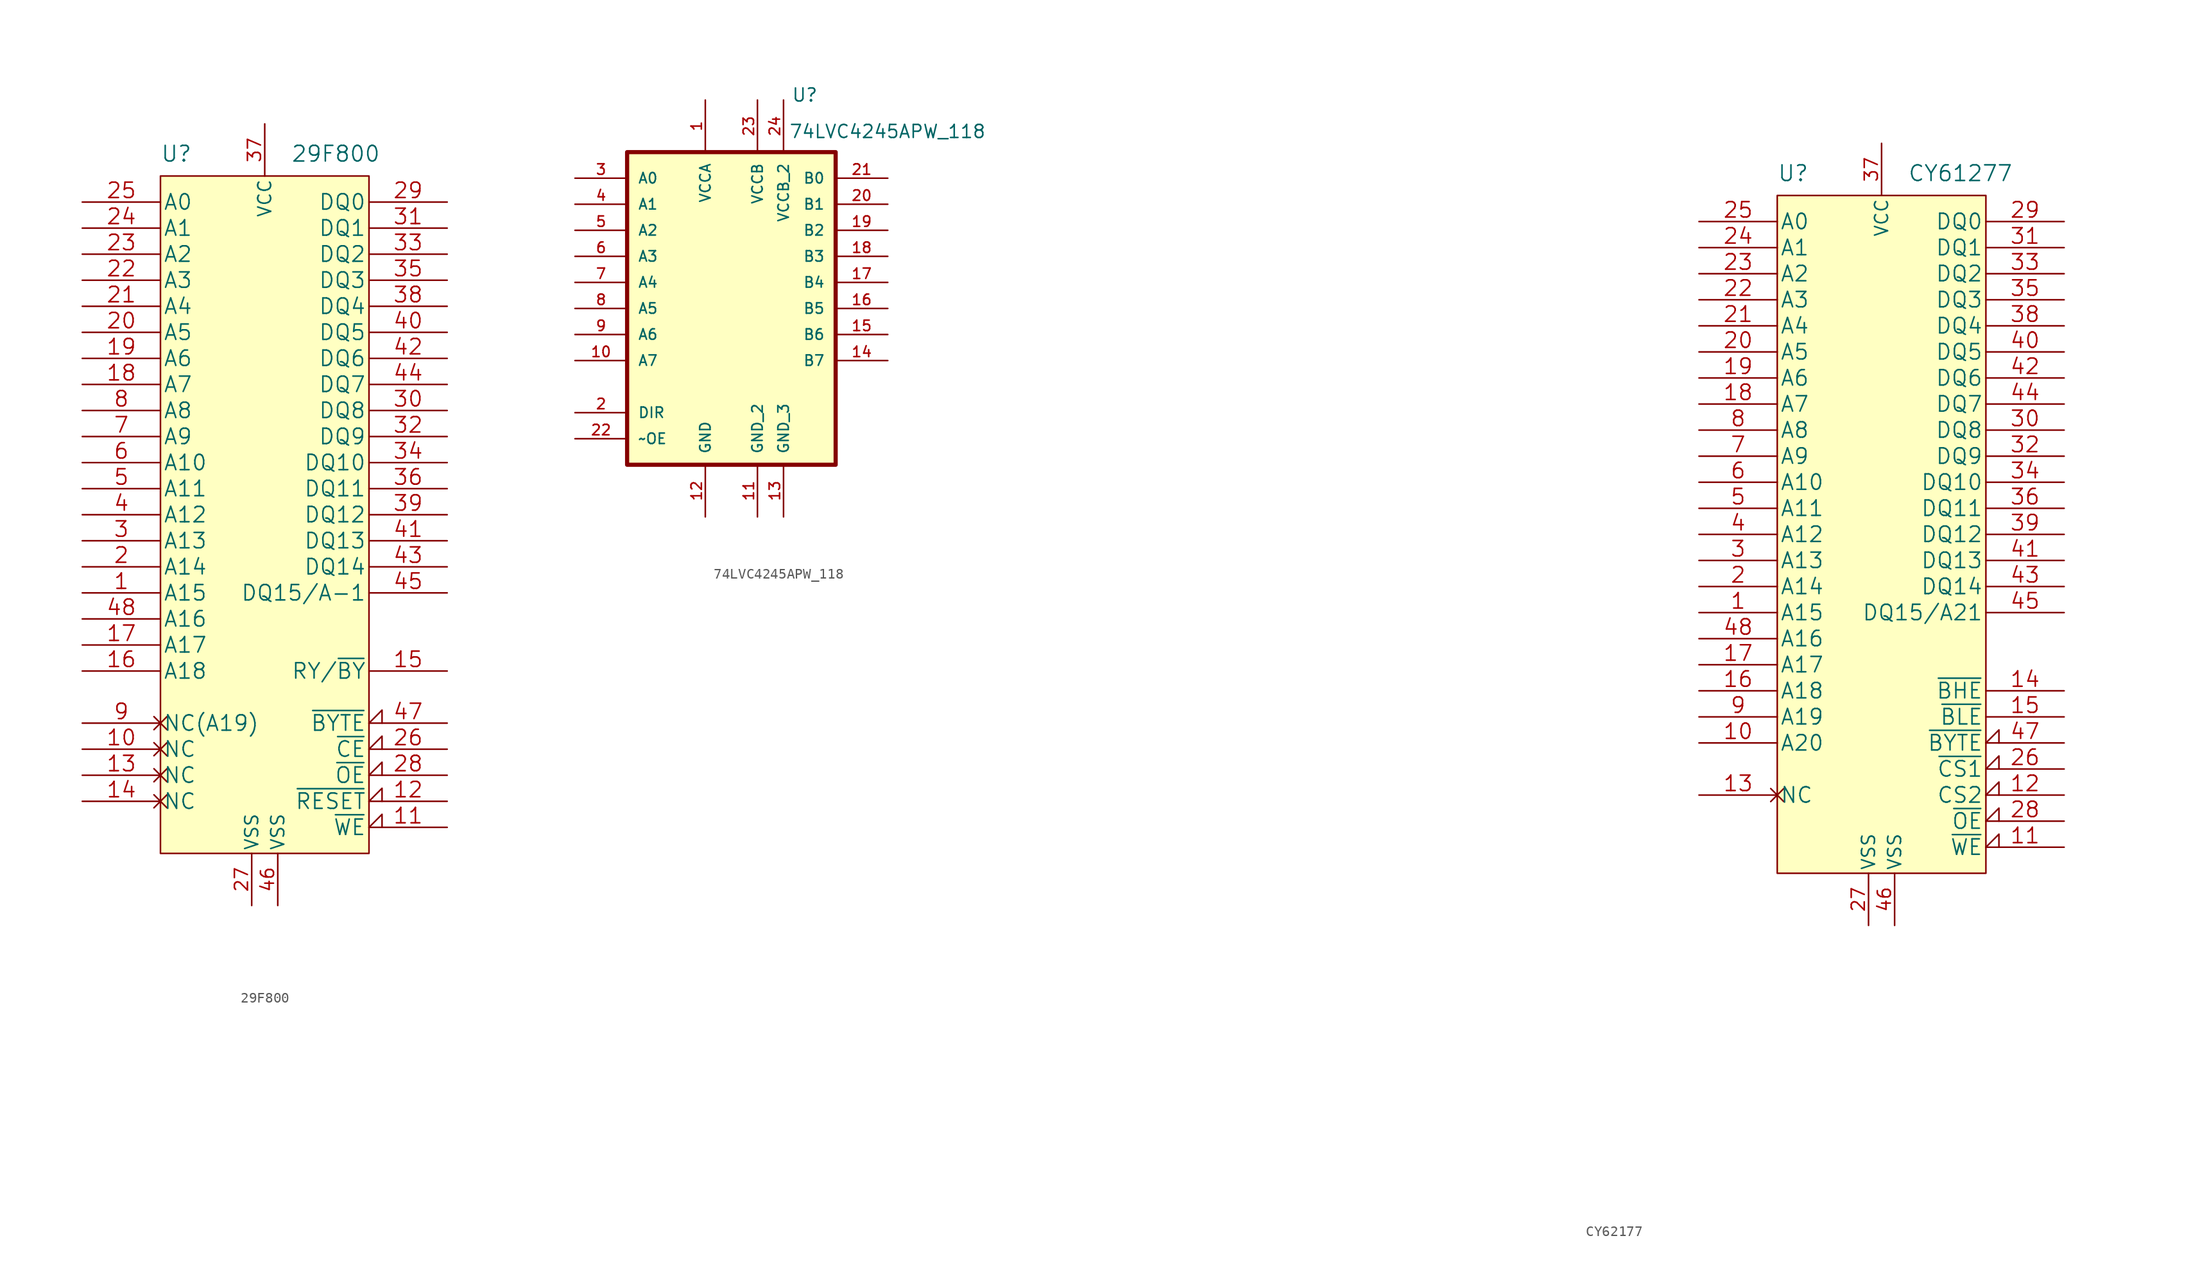
<source format=kicad_sym>
(kicad_symbol_lib
  (version 20220914)
  (generator kicad_symbol_editor)
  (symbol "29F800"
    (pin_names
      (offset 0.254))
    (property "Reference" "U"
      (at -10.16 3.81 0)
      (effects (font (size 1.524 1.524)) (justify left bottom)))
    (property "Value" "29F800"
      (at 2.54 3.81 0)
      (effects (font (size 1.524 1.524)) (justify left bottom)))
    (symbol "29F800_1_0"
      (pin power_in line (at -1.27 -68.58 90) (length 5.08) (name "VSS" (effects (font (size 1.27 1.27)))) (number "27" (effects (font (size 1.27 1.27)))))
      (pin power_in line (at 0 7.62 270) (length 5.08) (name "VCC" (effects (font (size 1.27 1.27)))) (number "37" (effects (font (size 1.27 1.27)))))
      (pin power_in line (at 1.27 -68.58 90) (length 5.08) (name "VSS" (effects (font (size 1.27 1.27)))) (number "46" (effects (font (size 1.27 1.27))))))
    (symbol "29F800_1_1"
      (rectangle (start -10.16 2.54) (end 10.16 -63.5) (stroke (width 0) (type default)) (fill (type background)))
      (pin input line (at -17.78 -38.1 0) (length 7.62) (name "A15" (effects (font (size 1.499 1.499)))) (number "1" (effects (font (size 1.499 1.499)))))
      (pin passive non_logic (at -17.78 -53.34 0) (length 7.62) (name "NC" (effects (font (size 1.499 1.499)))) (number "10" (effects (font (size 1.499 1.499)))))
      (pin input input_low (at 17.78 -60.96 180) (length 7.62) (name "~{WE}" (effects (font (size 1.499 1.499)))) (number "11" (effects (font (size 1.499 1.499)))))
      (pin input input_low (at 17.78 -58.42 180) (length 7.62) (name "~{RESET}" (effects (font (size 1.499 1.499)))) (number "12" (effects (font (size 1.499 1.499)))))
      (pin passive non_logic (at -17.78 -55.88 0) (length 7.62) (name "NC" (effects (font (size 1.499 1.499)))) (number "13" (effects (font (size 1.499 1.499)))))
      (pin passive non_logic (at -17.78 -58.42 0) (length 7.62) (name "NC" (effects (font (size 1.499 1.499)))) (number "14" (effects (font (size 1.499 1.499)))))
      (pin output line (at 17.78 -45.72 180) (length 7.62) (name "RY/~{BY}" (effects (font (size 1.499 1.499)))) (number "15" (effects (font (size 1.499 1.499)))))
      (pin input line (at -17.78 -45.72 0) (length 7.62) (name "A18" (effects (font (size 1.499 1.499)))) (number "16" (effects (font (size 1.499 1.499)))))
      (pin input line (at -17.78 -43.18 0) (length 7.62) (name "A17" (effects (font (size 1.499 1.499)))) (number "17" (effects (font (size 1.499 1.499)))))
      (pin input line (at -17.78 -17.78 0) (length 7.62) (name "A7" (effects (font (size 1.499 1.499)))) (number "18" (effects (font (size 1.499 1.499)))))
      (pin input line (at -17.78 -15.24 0) (length 7.62) (name "A6" (effects (font (size 1.499 1.499)))) (number "19" (effects (font (size 1.499 1.499)))))
      (pin input line (at -17.78 -35.56 0) (length 7.62) (name "A14" (effects (font (size 1.499 1.499)))) (number "2" (effects (font (size 1.499 1.499)))))
      (pin input line (at -17.78 -12.7 0) (length 7.62) (name "A5" (effects (font (size 1.499 1.499)))) (number "20" (effects (font (size 1.499 1.499)))))
      (pin input line (at -17.78 -10.16 0) (length 7.62) (name "A4" (effects (font (size 1.499 1.499)))) (number "21" (effects (font (size 1.499 1.499)))))
      (pin input line (at -17.78 -7.62 0) (length 7.62) (name "A3" (effects (font (size 1.499 1.499)))) (number "22" (effects (font (size 1.499 1.499)))))
      (pin input line (at -17.78 -5.08 0) (length 7.62) (name "A2" (effects (font (size 1.499 1.499)))) (number "23" (effects (font (size 1.499 1.499)))))
      (pin input line (at -17.78 -2.54 0) (length 7.62) (name "A1" (effects (font (size 1.499 1.499)))) (number "24" (effects (font (size 1.499 1.499)))))
      (pin input line (at -17.78 0 0) (length 7.62) (name "A0" (effects (font (size 1.499 1.499)))) (number "25" (effects (font (size 1.499 1.499)))))
      (pin input input_low (at 17.78 -53.34 180) (length 7.62) (name "~{CE}" (effects (font (size 1.499 1.499)))) (number "26" (effects (font (size 1.499 1.499)))))
      (pin input input_low (at 17.78 -55.88 180) (length 7.62) (name "~{OE}" (effects (font (size 1.499 1.499)))) (number "28" (effects (font (size 1.499 1.499)))))
      (pin bidirectional line (at 17.78 0 180) (length 7.62) (name "DQ0" (effects (font (size 1.499 1.499)))) (number "29" (effects (font (size 1.499 1.499)))))
      (pin input line (at -17.78 -33.02 0) (length 7.62) (name "A13" (effects (font (size 1.499 1.499)))) (number "3" (effects (font (size 1.499 1.499)))))
      (pin bidirectional line (at 17.78 -20.32 180) (length 7.62) (name "DQ8" (effects (font (size 1.499 1.499)))) (number "30" (effects (font (size 1.499 1.499)))))
      (pin bidirectional line (at 17.78 -2.54 180) (length 7.62) (name "DQ1" (effects (font (size 1.499 1.499)))) (number "31" (effects (font (size 1.499 1.499)))))
      (pin bidirectional line (at 17.78 -22.86 180) (length 7.62) (name "DQ9" (effects (font (size 1.499 1.499)))) (number "32" (effects (font (size 1.499 1.499)))))
      (pin bidirectional line (at 17.78 -5.08 180) (length 7.62) (name "DQ2" (effects (font (size 1.499 1.499)))) (number "33" (effects (font (size 1.499 1.499)))))
      (pin bidirectional line (at 17.78 -25.4 180) (length 7.62) (name "DQ10" (effects (font (size 1.499 1.499)))) (number "34" (effects (font (size 1.499 1.499)))))
      (pin bidirectional line (at 17.78 -7.62 180) (length 7.62) (name "DQ3" (effects (font (size 1.499 1.499)))) (number "35" (effects (font (size 1.499 1.499)))))
      (pin bidirectional line (at 17.78 -27.94 180) (length 7.62) (name "DQ11" (effects (font (size 1.499 1.499)))) (number "36" (effects (font (size 1.499 1.499)))))
      (pin bidirectional line (at 17.78 -10.16 180) (length 7.62) (name "DQ4" (effects (font (size 1.499 1.499)))) (number "38" (effects (font (size 1.499 1.499)))))
      (pin bidirectional line (at 17.78 -30.48 180) (length 7.62) (name "DQ12" (effects (font (size 1.499 1.499)))) (number "39" (effects (font (size 1.499 1.499)))))
      (pin input line (at -17.78 -30.48 0) (length 7.62) (name "A12" (effects (font (size 1.499 1.499)))) (number "4" (effects (font (size 1.499 1.499)))))
      (pin bidirectional line (at 17.78 -12.7 180) (length 7.62) (name "DQ5" (effects (font (size 1.499 1.499)))) (number "40" (effects (font (size 1.499 1.499)))))
      (pin bidirectional line (at 17.78 -33.02 180) (length 7.62) (name "DQ13" (effects (font (size 1.499 1.499)))) (number "41" (effects (font (size 1.499 1.499)))))
      (pin bidirectional line (at 17.78 -15.24 180) (length 7.62) (name "DQ6" (effects (font (size 1.499 1.499)))) (number "42" (effects (font (size 1.499 1.499)))))
      (pin bidirectional line (at 17.78 -35.56 180) (length 7.62) (name "DQ14" (effects (font (size 1.499 1.499)))) (number "43" (effects (font (size 1.499 1.499)))))
      (pin bidirectional line (at 17.78 -17.78 180) (length 7.62) (name "DQ7" (effects (font (size 1.499 1.499)))) (number "44" (effects (font (size 1.499 1.499)))))
      (pin bidirectional line (at 17.78 -38.1 180) (length 7.62) (name "DQ15/A-1" (effects (font (size 1.499 1.499)))) (number "45" (effects (font (size 1.499 1.499)))))
      (pin input input_low (at 17.78 -50.8 180) (length 7.62) (name "~{BYTE}" (effects (font (size 1.499 1.499)))) (number "47" (effects (font (size 1.499 1.499)))))
      (pin input line (at -17.78 -40.64 0) (length 7.62) (name "A16" (effects (font (size 1.499 1.499)))) (number "48" (effects (font (size 1.499 1.499)))))
      (pin input line (at -17.78 -27.94 0) (length 7.62) (name "A11" (effects (font (size 1.499 1.499)))) (number "5" (effects (font (size 1.499 1.499)))))
      (pin input line (at -17.78 -25.4 0) (length 7.62) (name "A10" (effects (font (size 1.499 1.499)))) (number "6" (effects (font (size 1.499 1.499)))))
      (pin input line (at -17.78 -22.86 0) (length 7.62) (name "A9" (effects (font (size 1.499 1.499)))) (number "7" (effects (font (size 1.499 1.499)))))
      (pin input line (at -17.78 -20.32 0) (length 7.62) (name "A8" (effects (font (size 1.499 1.499)))) (number "8" (effects (font (size 1.499 1.499)))))
      (pin passive non_logic (at -17.78 -50.8 0) (length 7.62) (name "NC(A19)" (effects (font (size 1.499 1.499)))) (number "9" (effects (font (size 1.499 1.499)))))))
  (symbol "74LVC4245APW_118"
    (pin_names
      (offset 1.016))
    (property "Reference" "U"
      (at 5.842 18.796 0)
      (effects (font (size 1.27 1.27)) (justify left bottom)))
    (property "Value" "74LVC4245APW_118"
      (at 5.588 15.24 0)
      (effects (font (size 1.27 1.27)) (justify left bottom)))
    (symbol "74LVC4245APW_118_0_0"
      (rectangle (start -10.16 13.97) (end 10.16 -16.51) (stroke (width 0.406) (type default)) (fill (type background)))
      (pin bidirectional line (at -15.24 -6.35 0) (length 5.08) (name "A7" (effects (font (size 1.016 1.016)))) (number "10" (effects (font (size 1.016 1.016)))))
      (pin passive line (at 2.54 -21.59 90) (length 5.08) (name "GND_2" (effects (font (size 1.016 1.016)))) (number "11" (effects (font (size 1.016 1.016)))))
      (pin passive line (at -2.54 -21.59 90) (length 5.08) (name "GND" (effects (font (size 1.016 1.016)))) (number "12" (effects (font (size 1.016 1.016)))))
      (pin passive line (at 5.08 -21.59 90) (length 5.08) (name "GND_3" (effects (font (size 1.016 1.016)))) (number "13" (effects (font (size 1.016 1.016)))))
      (pin bidirectional line (at 15.24 -6.35 180) (length 5.08) (name "B7" (effects (font (size 1.016 1.016)))) (number "14" (effects (font (size 1.016 1.016)))))
      (pin bidirectional line (at 15.24 -3.81 180) (length 5.08) (name "B6" (effects (font (size 1.016 1.016)))) (number "15" (effects (font (size 1.016 1.016)))))
      (pin bidirectional line (at 15.24 -1.27 180) (length 5.08) (name "B5" (effects (font (size 1.016 1.016)))) (number "16" (effects (font (size 1.016 1.016)))))
      (pin bidirectional line (at 15.24 1.27 180) (length 5.08) (name "B4" (effects (font (size 1.016 1.016)))) (number "17" (effects (font (size 1.016 1.016)))))
      (pin bidirectional line (at 15.24 3.81 180) (length 5.08) (name "B3" (effects (font (size 1.016 1.016)))) (number "18" (effects (font (size 1.016 1.016)))))
      (pin bidirectional line (at 15.24 6.35 180) (length 5.08) (name "B2" (effects (font (size 1.016 1.016)))) (number "19" (effects (font (size 1.016 1.016)))))
      (pin input line (at -15.24 -11.43 0) (length 5.08) (name "DIR" (effects (font (size 1.016 1.016)))) (number "2" (effects (font (size 1.016 1.016)))))
      (pin bidirectional line (at 15.24 8.89 180) (length 5.08) (name "B1" (effects (font (size 1.016 1.016)))) (number "20" (effects (font (size 1.016 1.016)))))
      (pin bidirectional line (at 15.24 11.43 180) (length 5.08) (name "B0" (effects (font (size 1.016 1.016)))) (number "21" (effects (font (size 1.016 1.016)))))
      (pin input line (at -15.24 -13.97 0) (length 5.08) (name "~OE" (effects (font (size 1.016 1.016)))) (number "22" (effects (font (size 1.016 1.016)))))
      (pin bidirectional line (at -15.24 11.43 0) (length 5.08) (name "A0" (effects (font (size 1.016 1.016)))) (number "3" (effects (font (size 1.016 1.016)))))
      (pin bidirectional line (at -15.24 8.89 0) (length 5.08) (name "A1" (effects (font (size 1.016 1.016)))) (number "4" (effects (font (size 1.016 1.016)))))
      (pin bidirectional line (at -15.24 6.35 0) (length 5.08) (name "A2" (effects (font (size 1.016 1.016)))) (number "5" (effects (font (size 1.016 1.016)))))
      (pin bidirectional line (at -15.24 3.81 0) (length 5.08) (name "A3" (effects (font (size 1.016 1.016)))) (number "6" (effects (font (size 1.016 1.016)))))
      (pin bidirectional line (at -15.24 1.27 0) (length 5.08) (name "A4" (effects (font (size 1.016 1.016)))) (number "7" (effects (font (size 1.016 1.016)))))
      (pin bidirectional line (at -15.24 -1.27 0) (length 5.08) (name "A5" (effects (font (size 1.016 1.016)))) (number "8" (effects (font (size 1.016 1.016)))))
      (pin bidirectional line (at -15.24 -3.81 0) (length 5.08) (name "A6" (effects (font (size 1.016 1.016)))) (number "9" (effects (font (size 1.016 1.016))))))
    (symbol "74LVC4245APW_118_1_0"
      (pin power_in line (at -2.54 19.05 270) (length 5.08) (name "VCCA" (effects (font (size 1.016 1.016)))) (number "1" (effects (font (size 1.016 1.016)))))
      (pin power_in line (at 2.54 19.05 270) (length 5.08) (name "VCCB" (effects (font (size 1.016 1.016)))) (number "23" (effects (font (size 1.016 1.016)))))
      (pin power_in line (at 5.08 19.05 270) (length 5.08) (name "VCCB_2" (effects (font (size 1.016 1.016)))) (number "24" (effects (font (size 1.016 1.016)))))))
  (symbol "CY62177"
    (pin_names
      (offset 0.254))
    (property "Reference" "U"
      (at -10.16 34.29 0)
      (effects (font (size 1.524 1.524)) (justify left bottom)))
    (property "Value" "CY61277"
      (at 2.54 34.29 0)
      (effects (font (size 1.524 1.524)) (justify left bottom)))
    (property "Datasheet" ""
      (at -69.977 -57.023 0)
      (effects (font (size 1.524 1.524))))
    (symbol "CY62177_1_0"
      (pin power_in line (at -1.27 -38.1 90) (length 5.08) (name "VSS" (effects (font (size 1.27 1.27)))) (number "27" (effects (font (size 1.27 1.27)))))
      (pin power_in line (at 0 38.1 270) (length 5.08) (name "VCC" (effects (font (size 1.27 1.27)))) (number "37" (effects (font (size 1.27 1.27)))))
      (pin power_in line (at 1.27 -38.1 90) (length 5.08) (name "VSS" (effects (font (size 1.27 1.27)))) (number "46" (effects (font (size 1.27 1.27))))))
    (symbol "CY62177_1_1"
      (rectangle (start -10.16 33.02) (end 10.16 -33.02) (stroke (width 0) (type default)) (fill (type background)))
      (pin input line (at -17.78 -7.62 0) (length 7.62) (name "A15" (effects (font (size 1.499 1.499)))) (number "1" (effects (font (size 1.499 1.499)))))
      (pin input line (at -17.78 -20.32 0) (length 7.62) (name "A20" (effects (font (size 1.499 1.499)))) (number "10" (effects (font (size 1.499 1.499)))))
      (pin input input_low (at 17.78 -30.48 180) (length 7.62) (name "~{WE}" (effects (font (size 1.499 1.499)))) (number "11" (effects (font (size 1.499 1.499)))))
      (pin input input_low (at 17.78 -25.4 180) (length 7.62) (name "CS2" (effects (font (size 1.499 1.499)))) (number "12" (effects (font (size 1.499 1.499)))))
      (pin passive non_logic (at -17.78 -25.4 0) (length 7.62) (name "NC" (effects (font (size 1.499 1.499)))) (number "13" (effects (font (size 1.499 1.499)))))
      (pin input line (at 17.78 -15.24 180) (length 7.62) (name "~{BHE}" (effects (font (size 1.499 1.499)))) (number "14" (effects (font (size 1.499 1.499)))))
      (pin input line (at 17.78 -17.78 180) (length 7.62) (name "~{BLE}" (effects (font (size 1.499 1.499)))) (number "15" (effects (font (size 1.499 1.499)))))
      (pin input line (at -17.78 -15.24 0) (length 7.62) (name "A18" (effects (font (size 1.499 1.499)))) (number "16" (effects (font (size 1.499 1.499)))))
      (pin input line (at -17.78 -12.7 0) (length 7.62) (name "A17" (effects (font (size 1.499 1.499)))) (number "17" (effects (font (size 1.499 1.499)))))
      (pin input line (at -17.78 12.7 0) (length 7.62) (name "A7" (effects (font (size 1.499 1.499)))) (number "18" (effects (font (size 1.499 1.499)))))
      (pin input line (at -17.78 15.24 0) (length 7.62) (name "A6" (effects (font (size 1.499 1.499)))) (number "19" (effects (font (size 1.499 1.499)))))
      (pin input line (at -17.78 -5.08 0) (length 7.62) (name "A14" (effects (font (size 1.499 1.499)))) (number "2" (effects (font (size 1.499 1.499)))))
      (pin input line (at -17.78 17.78 0) (length 7.62) (name "A5" (effects (font (size 1.499 1.499)))) (number "20" (effects (font (size 1.499 1.499)))))
      (pin input line (at -17.78 20.32 0) (length 7.62) (name "A4" (effects (font (size 1.499 1.499)))) (number "21" (effects (font (size 1.499 1.499)))))
      (pin input line (at -17.78 22.86 0) (length 7.62) (name "A3" (effects (font (size 1.499 1.499)))) (number "22" (effects (font (size 1.499 1.499)))))
      (pin input line (at -17.78 25.4 0) (length 7.62) (name "A2" (effects (font (size 1.499 1.499)))) (number "23" (effects (font (size 1.499 1.499)))))
      (pin input line (at -17.78 27.94 0) (length 7.62) (name "A1" (effects (font (size 1.499 1.499)))) (number "24" (effects (font (size 1.499 1.499)))))
      (pin input line (at -17.78 30.48 0) (length 7.62) (name "A0" (effects (font (size 1.499 1.499)))) (number "25" (effects (font (size 1.499 1.499)))))
      (pin input input_low (at 17.78 -22.86 180) (length 7.62) (name "~{CS1}" (effects (font (size 1.499 1.499)))) (number "26" (effects (font (size 1.499 1.499)))))
      (pin input input_low (at 17.78 -27.94 180) (length 7.62) (name "~{OE}" (effects (font (size 1.499 1.499)))) (number "28" (effects (font (size 1.499 1.499)))))
      (pin bidirectional line (at 17.78 30.48 180) (length 7.62) (name "DQ0" (effects (font (size 1.499 1.499)))) (number "29" (effects (font (size 1.499 1.499)))))
      (pin input line (at -17.78 -2.54 0) (length 7.62) (name "A13" (effects (font (size 1.499 1.499)))) (number "3" (effects (font (size 1.499 1.499)))))
      (pin bidirectional line (at 17.78 10.16 180) (length 7.62) (name "DQ8" (effects (font (size 1.499 1.499)))) (number "30" (effects (font (size 1.499 1.499)))))
      (pin bidirectional line (at 17.78 27.94 180) (length 7.62) (name "DQ1" (effects (font (size 1.499 1.499)))) (number "31" (effects (font (size 1.499 1.499)))))
      (pin bidirectional line (at 17.78 7.62 180) (length 7.62) (name "DQ9" (effects (font (size 1.499 1.499)))) (number "32" (effects (font (size 1.499 1.499)))))
      (pin bidirectional line (at 17.78 25.4 180) (length 7.62) (name "DQ2" (effects (font (size 1.499 1.499)))) (number "33" (effects (font (size 1.499 1.499)))))
      (pin bidirectional line (at 17.78 5.08 180) (length 7.62) (name "DQ10" (effects (font (size 1.499 1.499)))) (number "34" (effects (font (size 1.499 1.499)))))
      (pin bidirectional line (at 17.78 22.86 180) (length 7.62) (name "DQ3" (effects (font (size 1.499 1.499)))) (number "35" (effects (font (size 1.499 1.499)))))
      (pin bidirectional line (at 17.78 2.54 180) (length 7.62) (name "DQ11" (effects (font (size 1.499 1.499)))) (number "36" (effects (font (size 1.499 1.499)))))
      (pin bidirectional line (at 17.78 20.32 180) (length 7.62) (name "DQ4" (effects (font (size 1.499 1.499)))) (number "38" (effects (font (size 1.499 1.499)))))
      (pin bidirectional line (at 17.78 0 180) (length 7.62) (name "DQ12" (effects (font (size 1.499 1.499)))) (number "39" (effects (font (size 1.499 1.499)))))
      (pin input line (at -17.78 0 0) (length 7.62) (name "A12" (effects (font (size 1.499 1.499)))) (number "4" (effects (font (size 1.499 1.499)))))
      (pin bidirectional line (at 17.78 17.78 180) (length 7.62) (name "DQ5" (effects (font (size 1.499 1.499)))) (number "40" (effects (font (size 1.499 1.499)))))
      (pin bidirectional line (at 17.78 -2.54 180) (length 7.62) (name "DQ13" (effects (font (size 1.499 1.499)))) (number "41" (effects (font (size 1.499 1.499)))))
      (pin bidirectional line (at 17.78 15.24 180) (length 7.62) (name "DQ6" (effects (font (size 1.499 1.499)))) (number "42" (effects (font (size 1.499 1.499)))))
      (pin bidirectional line (at 17.78 -5.08 180) (length 7.62) (name "DQ14" (effects (font (size 1.499 1.499)))) (number "43" (effects (font (size 1.499 1.499)))))
      (pin bidirectional line (at 17.78 12.7 180) (length 7.62) (name "DQ7" (effects (font (size 1.499 1.499)))) (number "44" (effects (font (size 1.499 1.499)))))
      (pin bidirectional line (at 17.78 -7.62 180) (length 7.62) (name "DQ15/A21" (effects (font (size 1.499 1.499)))) (number "45" (effects (font (size 1.499 1.499)))))
      (pin input input_low (at 17.78 -20.32 180) (length 7.62) (name "~{BYTE}" (effects (font (size 1.499 1.499)))) (number "47" (effects (font (size 1.499 1.499)))))
      (pin input line (at -17.78 -10.16 0) (length 7.62) (name "A16" (effects (font (size 1.499 1.499)))) (number "48" (effects (font (size 1.499 1.499)))))
      (pin input line (at -17.78 2.54 0) (length 7.62) (name "A11" (effects (font (size 1.499 1.499)))) (number "5" (effects (font (size 1.499 1.499)))))
      (pin input line (at -17.78 5.08 0) (length 7.62) (name "A10" (effects (font (size 1.499 1.499)))) (number "6" (effects (font (size 1.499 1.499)))))
      (pin input line (at -17.78 7.62 0) (length 7.62) (name "A9" (effects (font (size 1.499 1.499)))) (number "7" (effects (font (size 1.499 1.499)))))
      (pin input line (at -17.78 10.16 0) (length 7.62) (name "A8" (effects (font (size 1.499 1.499)))) (number "8" (effects (font (size 1.499 1.499)))))
      (pin input line (at -17.78 -17.78 0) (length 7.62) (name "A19" (effects (font (size 1.499 1.499)))) (number "9" (effects (font (size 1.499 1.499))))))))
</source>
